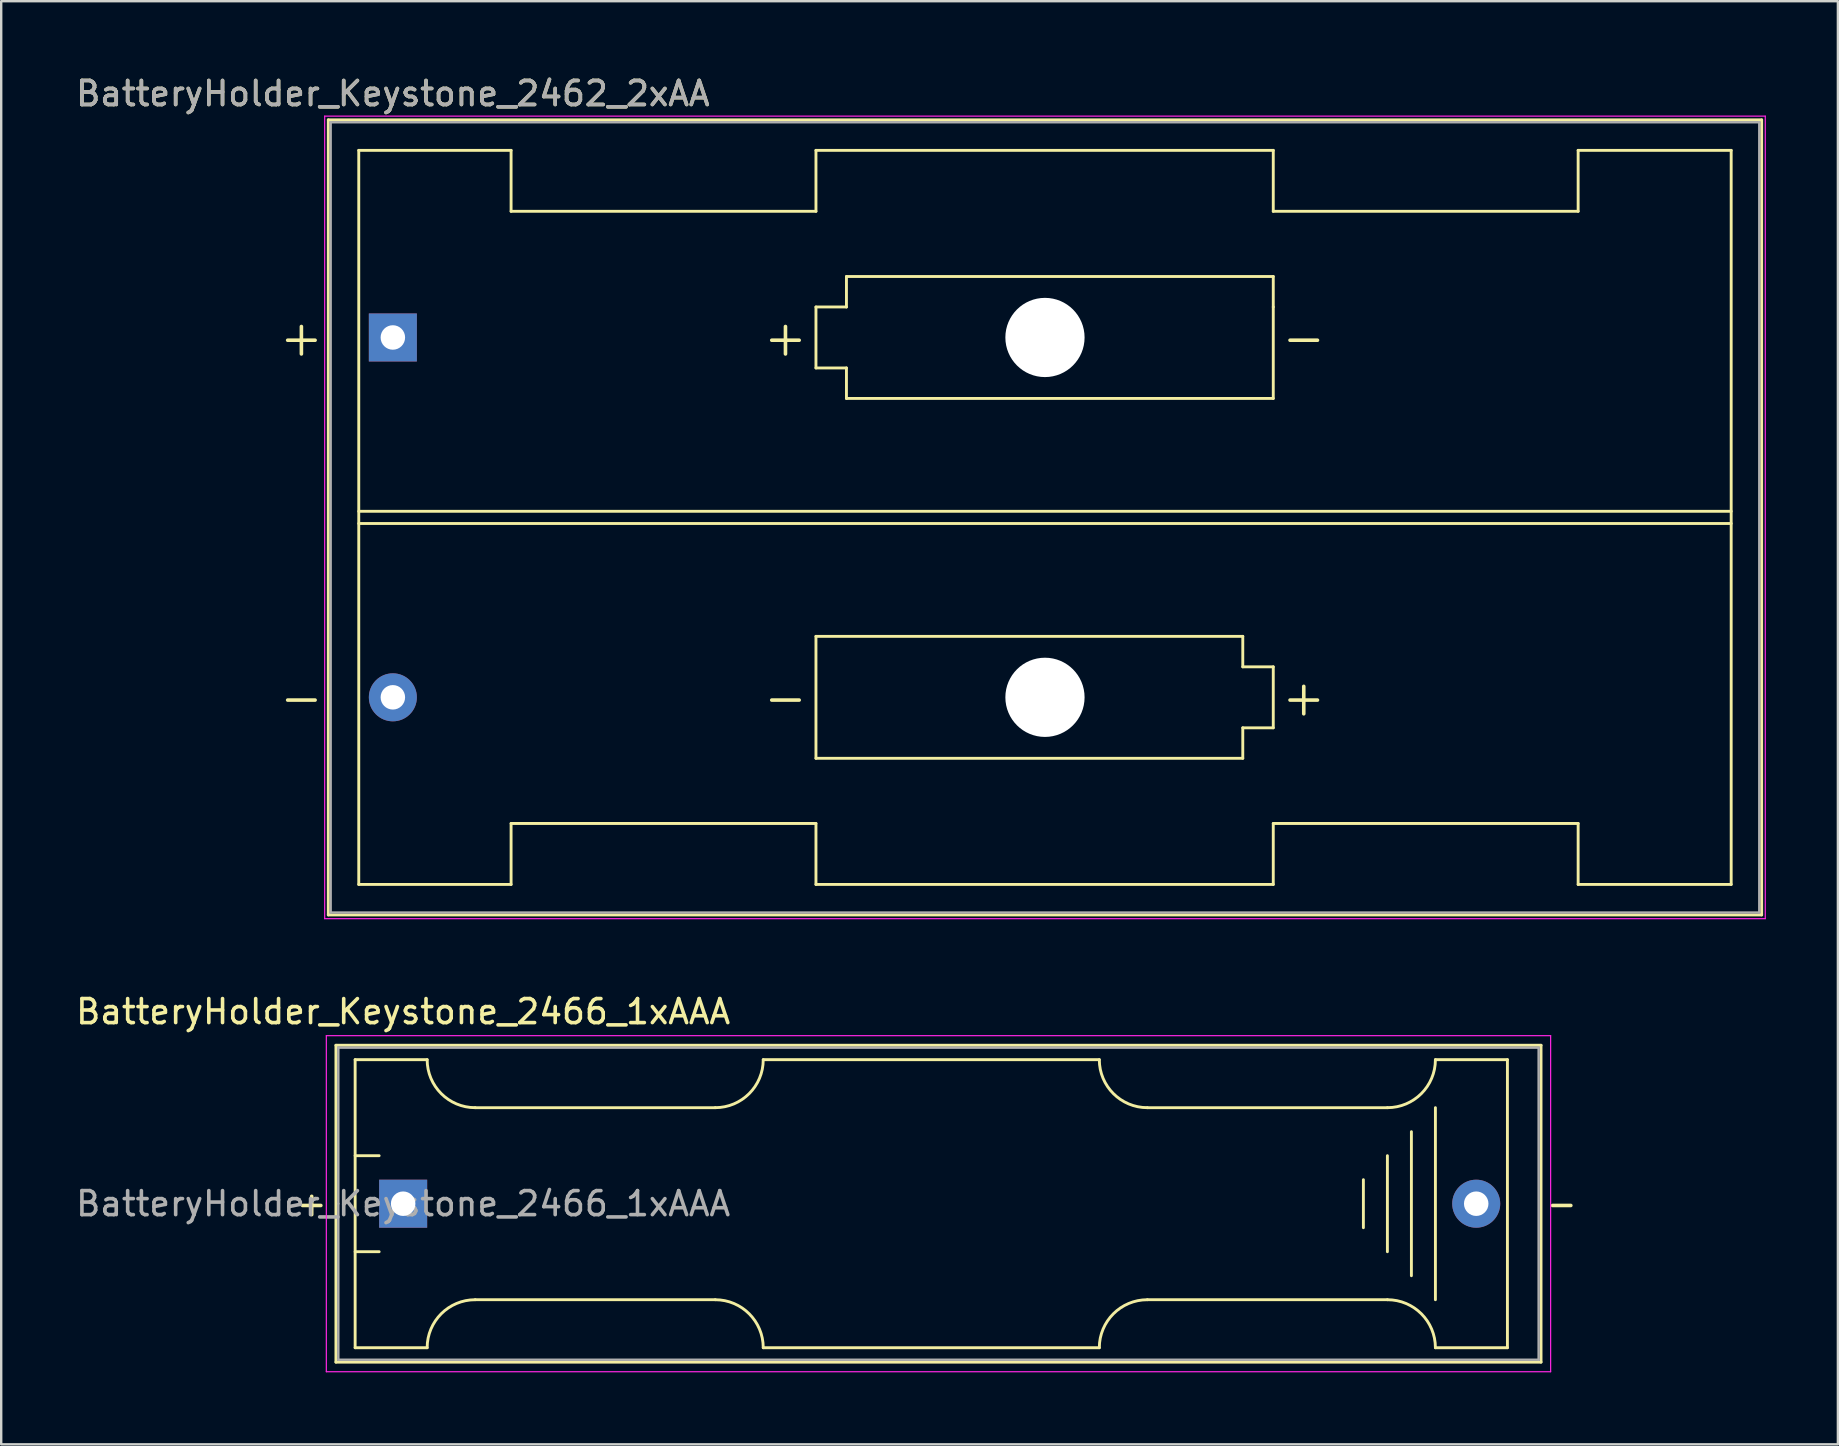
<source format=kicad_pcb>
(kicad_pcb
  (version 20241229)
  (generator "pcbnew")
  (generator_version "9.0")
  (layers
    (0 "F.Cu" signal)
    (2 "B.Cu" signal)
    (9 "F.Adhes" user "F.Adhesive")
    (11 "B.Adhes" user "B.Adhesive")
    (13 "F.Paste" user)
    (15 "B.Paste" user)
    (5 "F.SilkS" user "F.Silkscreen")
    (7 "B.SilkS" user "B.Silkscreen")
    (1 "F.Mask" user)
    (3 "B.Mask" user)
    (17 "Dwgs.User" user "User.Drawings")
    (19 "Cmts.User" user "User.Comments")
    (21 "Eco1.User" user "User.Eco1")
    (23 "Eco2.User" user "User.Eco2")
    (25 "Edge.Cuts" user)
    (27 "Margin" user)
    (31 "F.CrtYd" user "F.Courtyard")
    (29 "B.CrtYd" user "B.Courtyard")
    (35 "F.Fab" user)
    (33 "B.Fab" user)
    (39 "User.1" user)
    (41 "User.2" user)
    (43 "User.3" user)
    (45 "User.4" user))
  (footprint "BatteryHolder_Keystone_2466_1xAAA"
    (layer "F.Cu")
    (at 13.744 47.092)
    (property "Reference" "BatteryHolder_Keystone_2466_1xAAA" (at 0 -8 180) (layer "F.SilkS") (effects (font (size 1 1) (thickness 0.15))))
    (attr through_hole)
    (fp_line (start -2.8 -6.6) (end -2.8 6.6) (stroke (width 0.12) (type solid)) (layer "F.SilkS"))
    (fp_line (start -2.8 6.6) (end 47.4 6.6) (stroke (width 0.12) (type solid)) (layer "F.SilkS"))
    (fp_line (start -2 -6) (end -2 6) (stroke (width 0.12) (type solid)) (layer "F.SilkS"))
    (fp_line (start -2 -6) (end 1 -6) (stroke (width 0.12) (type solid)) (layer "F.SilkS"))
    (fp_line (start -2 -2) (end -1 -2) (stroke (width 0.12) (type solid)) (layer "F.SilkS"))
    (fp_line (start -2 6) (end 1 6) (stroke (width 0.12) (type solid)) (layer "F.SilkS"))
    (fp_line (start -1 2) (end -2 2) (stroke (width 0.12) (type solid)) (layer "F.SilkS"))
    (fp_line (start 3 -4) (end 13 -4) (stroke (width 0.12) (type solid)) (layer "F.SilkS"))
    (fp_line (start 3 4) (end 13 4) (stroke (width 0.12) (type solid)) (layer "F.SilkS"))
    (fp_line (start 15 6) (end 29 6) (stroke (width 0.12) (type solid)) (layer "F.SilkS"))
    (fp_line (start 29 -6) (end 15 -6) (stroke (width 0.12) (type solid)) (layer "F.SilkS"))
    (fp_line (start 40 -1) (end 40 1) (stroke (width 0.12) (type solid)) (layer "F.SilkS"))
    (fp_line (start 41 -4) (end 31 -4) (stroke (width 0.12) (type solid)) (layer "F.SilkS"))
    (fp_line (start 41 -2) (end 41 2) (stroke (width 0.12) (type solid)) (layer "F.SilkS"))
    (fp_line (start 41 4) (end 31 4) (stroke (width 0.12) (type solid)) (layer "F.SilkS"))
    (fp_line (start 42 3) (end 42 -3) (stroke (width 0.12) (type solid)) (layer "F.SilkS"))
    (fp_line (start 43 -4) (end 43 4) (stroke (width 0.12) (type solid)) (layer "F.SilkS"))
    (fp_line (start 46 -6) (end 43 -6) (stroke (width 0.12) (type solid)) (layer "F.SilkS"))
    (fp_line (start 46 -6) (end 46 6) (stroke (width 0.12) (type solid)) (layer "F.SilkS"))
    (fp_line (start 46 6) (end 43 6) (stroke (width 0.12) (type solid)) (layer "F.SilkS"))
    (fp_line (start 47.4 -6.6) (end -2.8 -6.6) (stroke (width 0.12) (type solid)) (layer "F.SilkS"))
    (fp_line (start 47.4 6.6) (end 47.4 -6.6) (stroke (width 0.12) (type solid)) (layer "F.SilkS"))
    (fp_arc (start 1 6) (mid 1.585786 4.585786) (end 3 4) (stroke (width 0.12) (type solid)) (layer "F.SilkS"))
    (fp_arc (start 3 -4) (mid 1.585786 -4.585786) (end 1 -6) (stroke (width 0.12) (type solid)) (layer "F.SilkS"))
    (fp_arc (start 13 4) (mid 14.414214 4.585786) (end 15 6) (stroke (width 0.12) (type solid)) (layer "F.SilkS"))
    (fp_arc (start 15 -6) (mid 14.414214 -4.585786) (end 13 -4) (stroke (width 0.12) (type solid)) (layer "F.SilkS"))
    (fp_arc (start 29 6) (mid 29.585786 4.585786) (end 31 4) (stroke (width 0.12) (type solid)) (layer "F.SilkS"))
    (fp_arc (start 31 -4) (mid 29.585786 -4.585786) (end 29 -6) (stroke (width 0.12) (type solid)) (layer "F.SilkS"))
    (fp_arc (start 41 4) (mid 42.414214 4.585786) (end 43 6) (stroke (width 0.12) (type solid)) (layer "F.SilkS"))
    (fp_arc (start 43 -6) (mid 42.414214 -4.585786) (end 41 -4) (stroke (width 0.12) (type solid)) (layer "F.SilkS"))
    (fp_line (start -3.2 -7) (end -3.2 7) (stroke (width 0.05) (type solid)) (layer "F.CrtYd"))
    (fp_line (start -3.2 7) (end 47.8 7) (stroke (width 0.05) (type solid)) (layer "F.CrtYd"))
    (fp_line (start 47.8 -7) (end -3.2 -7) (stroke (width 0.05) (type solid)) (layer "F.CrtYd"))
    (fp_line (start 47.8 7) (end 47.8 -7) (stroke (width 0.05) (type solid)) (layer "F.CrtYd"))
    (fp_line (start -2.7 -6.5) (end 47.3 -6.5) (stroke (width 0.1) (type solid)) (layer "F.Fab"))
    (fp_line (start -2.7 0) (end -2.7 -6.5) (stroke (width 0.1) (type solid)) (layer "F.Fab"))
    (fp_line (start -2.7 6.5) (end -2.7 0) (stroke (width 0.1) (type solid)) (layer "F.Fab"))
    (fp_line (start 47.3 -6.5) (end 47.3 6.5) (stroke (width 0.1) (type solid)) (layer "F.Fab"))
    (fp_line (start 47.3 6.5) (end -2.7 6.5) (stroke (width 0.1) (type solid)) (layer "F.Fab"))
    (fp_text user "-" (at 48.26 0 0) (layer "F.SilkS") (effects (font (size 1 1) (thickness 0.15))))
    (fp_text user "+" (at -3.81 0 0) (layer "F.SilkS") (effects (font (size 1 1) (thickness 0.15))))
    (fp_text user "${REFERENCE}" (at 0 0 0) (layer "F.Fab") (effects (font (size 1 1) (thickness 0.15))))
    (pad "1" thru_hole rect (at 0 0) (size 2 2) (drill 1.02) (layers "*.Cu" "*.Mask"))
    (pad "2" thru_hole circle (at 44.7 0) (size 2 2) (drill 1.02) (layers "*.Cu" "*.Mask")))
  (footprint "BatteryHolder_Keystone_2462_2xAA"
    (layer "F.Cu")
    (at 13.315 11.008)
    (property "Reference" "BatteryHolder_Keystone_2462_2xAA" (at 0 -10.16 180) (layer "F.SilkS") (effects (font (size 1 1) (thickness 0.15))))
    (attr through_hole)
    (fp_line (start -2.69 -9.065) (end -2.69 24.055) (stroke (width 0.12) (type solid)) (layer "F.SilkS"))
    (fp_line (start -2.69 24.055) (end 57.02 24.055) (stroke (width 0.12) (type solid)) (layer "F.SilkS"))
    (fp_line (start -1.42 -7.795) (end -1.42 22.785) (stroke (width 0.12) (type solid)) (layer "F.SilkS"))
    (fp_line (start -1.42 7.241) (end 55.75 7.241) (stroke (width 0.12) (type solid)) (layer "F.SilkS"))
    (fp_line (start -1.42 22.785) (end 4.925 22.785) (stroke (width 0.12) (type solid)) (layer "F.SilkS"))
    (fp_line (start 4.925 -7.795) (end -1.42 -7.795) (stroke (width 0.12) (type solid)) (layer "F.SilkS"))
    (fp_line (start 4.925 -5.255) (end 4.925 -7.795) (stroke (width 0.12) (type solid)) (layer "F.SilkS"))
    (fp_line (start 4.925 -5.255) (end 17.625 -5.255) (stroke (width 0.12) (type solid)) (layer "F.SilkS"))
    (fp_line (start 4.925 20.245) (end 17.625 20.245) (stroke (width 0.12) (type solid)) (layer "F.SilkS"))
    (fp_line (start 4.925 22.785) (end 4.925 20.245) (stroke (width 0.12) (type solid)) (layer "F.SilkS"))
    (fp_line (start 17.625 -7.795) (end 17.625 -5.255) (stroke (width 0.12) (type solid)) (layer "F.SilkS"))
    (fp_line (start 17.625 -1.27) (end 18.895 -1.27) (stroke (width 0.12) (type solid)) (layer "F.SilkS"))
    (fp_line (start 17.625 1.27) (end 17.625 -1.27) (stroke (width 0.12) (type solid)) (layer "F.SilkS"))
    (fp_line (start 17.625 12.45) (end 35.405 12.45) (stroke (width 0.12) (type solid)) (layer "F.SilkS"))
    (fp_line (start 17.625 17.53) (end 17.625 12.45) (stroke (width 0.12) (type solid)) (layer "F.SilkS"))
    (fp_line (start 17.625 20.245) (end 17.625 22.785) (stroke (width 0.12) (type solid)) (layer "F.SilkS"))
    (fp_line (start 17.625 22.785) (end 36.675 22.785) (stroke (width 0.12) (type solid)) (layer "F.SilkS"))
    (fp_line (start 18.895 -2.54) (end 36.675 -2.54) (stroke (width 0.12) (type solid)) (layer "F.SilkS"))
    (fp_line (start 18.895 -1.27) (end 18.895 -2.54) (stroke (width 0.12) (type solid)) (layer "F.SilkS"))
    (fp_line (start 18.895 1.27) (end 17.625 1.27) (stroke (width 0.12) (type solid)) (layer "F.SilkS"))
    (fp_line (start 18.895 2.54) (end 18.895 1.27) (stroke (width 0.12) (type solid)) (layer "F.SilkS"))
    (fp_line (start 35.405 12.45) (end 35.405 13.72) (stroke (width 0.12) (type solid)) (layer "F.SilkS"))
    (fp_line (start 35.405 13.72) (end 36.675 13.72) (stroke (width 0.12) (type solid)) (layer "F.SilkS"))
    (fp_line (start 35.405 16.26) (end 35.405 17.53) (stroke (width 0.12) (type solid)) (layer "F.SilkS"))
    (fp_line (start 35.405 17.53) (end 17.625 17.53) (stroke (width 0.12) (type solid)) (layer "F.SilkS"))
    (fp_line (start 36.675 -7.795) (end 17.625 -7.795) (stroke (width 0.12) (type solid)) (layer "F.SilkS"))
    (fp_line (start 36.675 -5.255) (end 36.675 -7.795) (stroke (width 0.12) (type solid)) (layer "F.SilkS"))
    (fp_line (start 36.675 -2.54) (end 36.675 -1.27) (stroke (width 0.12) (type solid)) (layer "F.SilkS"))
    (fp_line (start 36.675 -1.27) (end 36.675 2.54) (stroke (width 0.12) (type solid)) (layer "F.SilkS"))
    (fp_line (start 36.675 2.54) (end 18.895 2.54) (stroke (width 0.12) (type solid)) (layer "F.SilkS"))
    (fp_line (start 36.675 13.72) (end 36.675 16.26) (stroke (width 0.12) (type solid)) (layer "F.SilkS"))
    (fp_line (start 36.675 16.26) (end 35.405 16.26) (stroke (width 0.12) (type solid)) (layer "F.SilkS"))
    (fp_line (start 36.675 22.785) (end 36.675 20.245) (stroke (width 0.12) (type solid)) (layer "F.SilkS"))
    (fp_line (start 49.375 -7.795) (end 49.375 -5.255) (stroke (width 0.12) (type solid)) (layer "F.SilkS"))
    (fp_line (start 49.375 -5.255) (end 36.675 -5.255) (stroke (width 0.12) (type solid)) (layer "F.SilkS"))
    (fp_line (start 49.375 20.245) (end 36.675 20.245) (stroke (width 0.12) (type solid)) (layer "F.SilkS"))
    (fp_line (start 49.375 22.785) (end 49.375 20.245) (stroke (width 0.12) (type solid)) (layer "F.SilkS"))
    (fp_line (start 55.75 -7.795) (end 49.375 -7.795) (stroke (width 0.12) (type solid)) (layer "F.SilkS"))
    (fp_line (start 55.75 -7.795) (end 55.75 22.785) (stroke (width 0.12) (type solid)) (layer "F.SilkS"))
    (fp_line (start 55.75 7.749) (end -1.42 7.749) (stroke (width 0.12) (type solid)) (layer "F.SilkS"))
    (fp_line (start 55.75 22.785) (end 49.375 22.785) (stroke (width 0.12) (type solid)) (layer "F.SilkS"))
    (fp_line (start 57.02 -9.065) (end -2.69 -9.065) (stroke (width 0.12) (type solid)) (layer "F.SilkS"))
    (fp_line (start 57.02 24.055) (end 57.02 -9.065) (stroke (width 0.12) (type solid)) (layer "F.SilkS"))
    (fp_line (start -2.84 -9.22) (end -2.84 24.21) (stroke (width 0.05) (type solid)) (layer "F.CrtYd"))
    (fp_line (start -2.84 24.21) (end 57.17 24.21) (stroke (width 0.05) (type solid)) (layer "F.CrtYd"))
    (fp_line (start 57.17 -9.22) (end -2.84 -9.22) (stroke (width 0.05) (type solid)) (layer "F.CrtYd"))
    (fp_line (start 57.17 24.21) (end 57.17 -9.22) (stroke (width 0.05) (type solid)) (layer "F.CrtYd"))
    (fp_line (start -2.59 -8.965) (end 56.92 -8.965) (stroke (width 0.1) (type solid)) (layer "F.Fab"))
    (fp_line (start -2.59 23.955) (end -2.59 -8.965) (stroke (width 0.1) (type solid)) (layer "F.Fab"))
    (fp_line (start -2.59 23.955) (end 56.92 23.955) (stroke (width 0.1) (type solid)) (layer "F.Fab"))
    (fp_line (start 56.92 23.955) (end 56.92 -8.965) (stroke (width 0.1) (type solid)) (layer "F.Fab"))
    (fp_text user "-" (at 16.355 14.99 0) (layer "F.SilkS") (effects (font (size 1.5 1.5) (thickness 0.15))))
    (fp_text user "-" (at 37.945 0 0) (layer "F.SilkS") (effects (font (size 1.5 1.5) (thickness 0.15))))
    (fp_text user "+" (at -3.81 0 0) (layer "F.SilkS") (effects (font (size 1.5 1.5) (thickness 0.15))))
    (fp_text user "-" (at -3.81 14.99 0) (layer "F.SilkS") (effects (font (size 1.5 1.5) (thickness 0.15))))
    (fp_text user "+" (at 16.355 0 0) (layer "F.SilkS") (effects (font (size 1.5 1.5) (thickness 0.15))))
    (fp_text user "+" (at 37.945 14.99 0) (layer "F.SilkS") (effects (font (size 1.5 1.5) (thickness 0.15))))
    (fp_text user "${REFERENCE}" (at 0 -10.16 0) (layer "F.Fab") (effects (font (size 1 1) (thickness 0.15))))
    (pad "" np_thru_hole circle (at 27.165 0) (size 3.3 3.3) (drill 3.3) (layers "*.Cu" "*.Mask"))
    (pad "" np_thru_hole circle (at 27.165 14.99) (size 3.3 3.3) (drill 3.3) (layers "*.Cu" "*.Mask"))
    (pad "1" thru_hole rect (at 0 0) (size 2 2) (drill 1.02) (layers "*.Cu" "*.Mask"))
    (pad "2" thru_hole circle (at 0 14.99) (size 2 2) (drill 1.02) (layers "*.Cu" "*.Mask")))
  (gr_rect
    (start -3 -3)
    (end 73.51 57.117)
    (stroke (width 0.1) (type default))
    (fill no)
    (layer "Edge.Cuts")))
</source>
